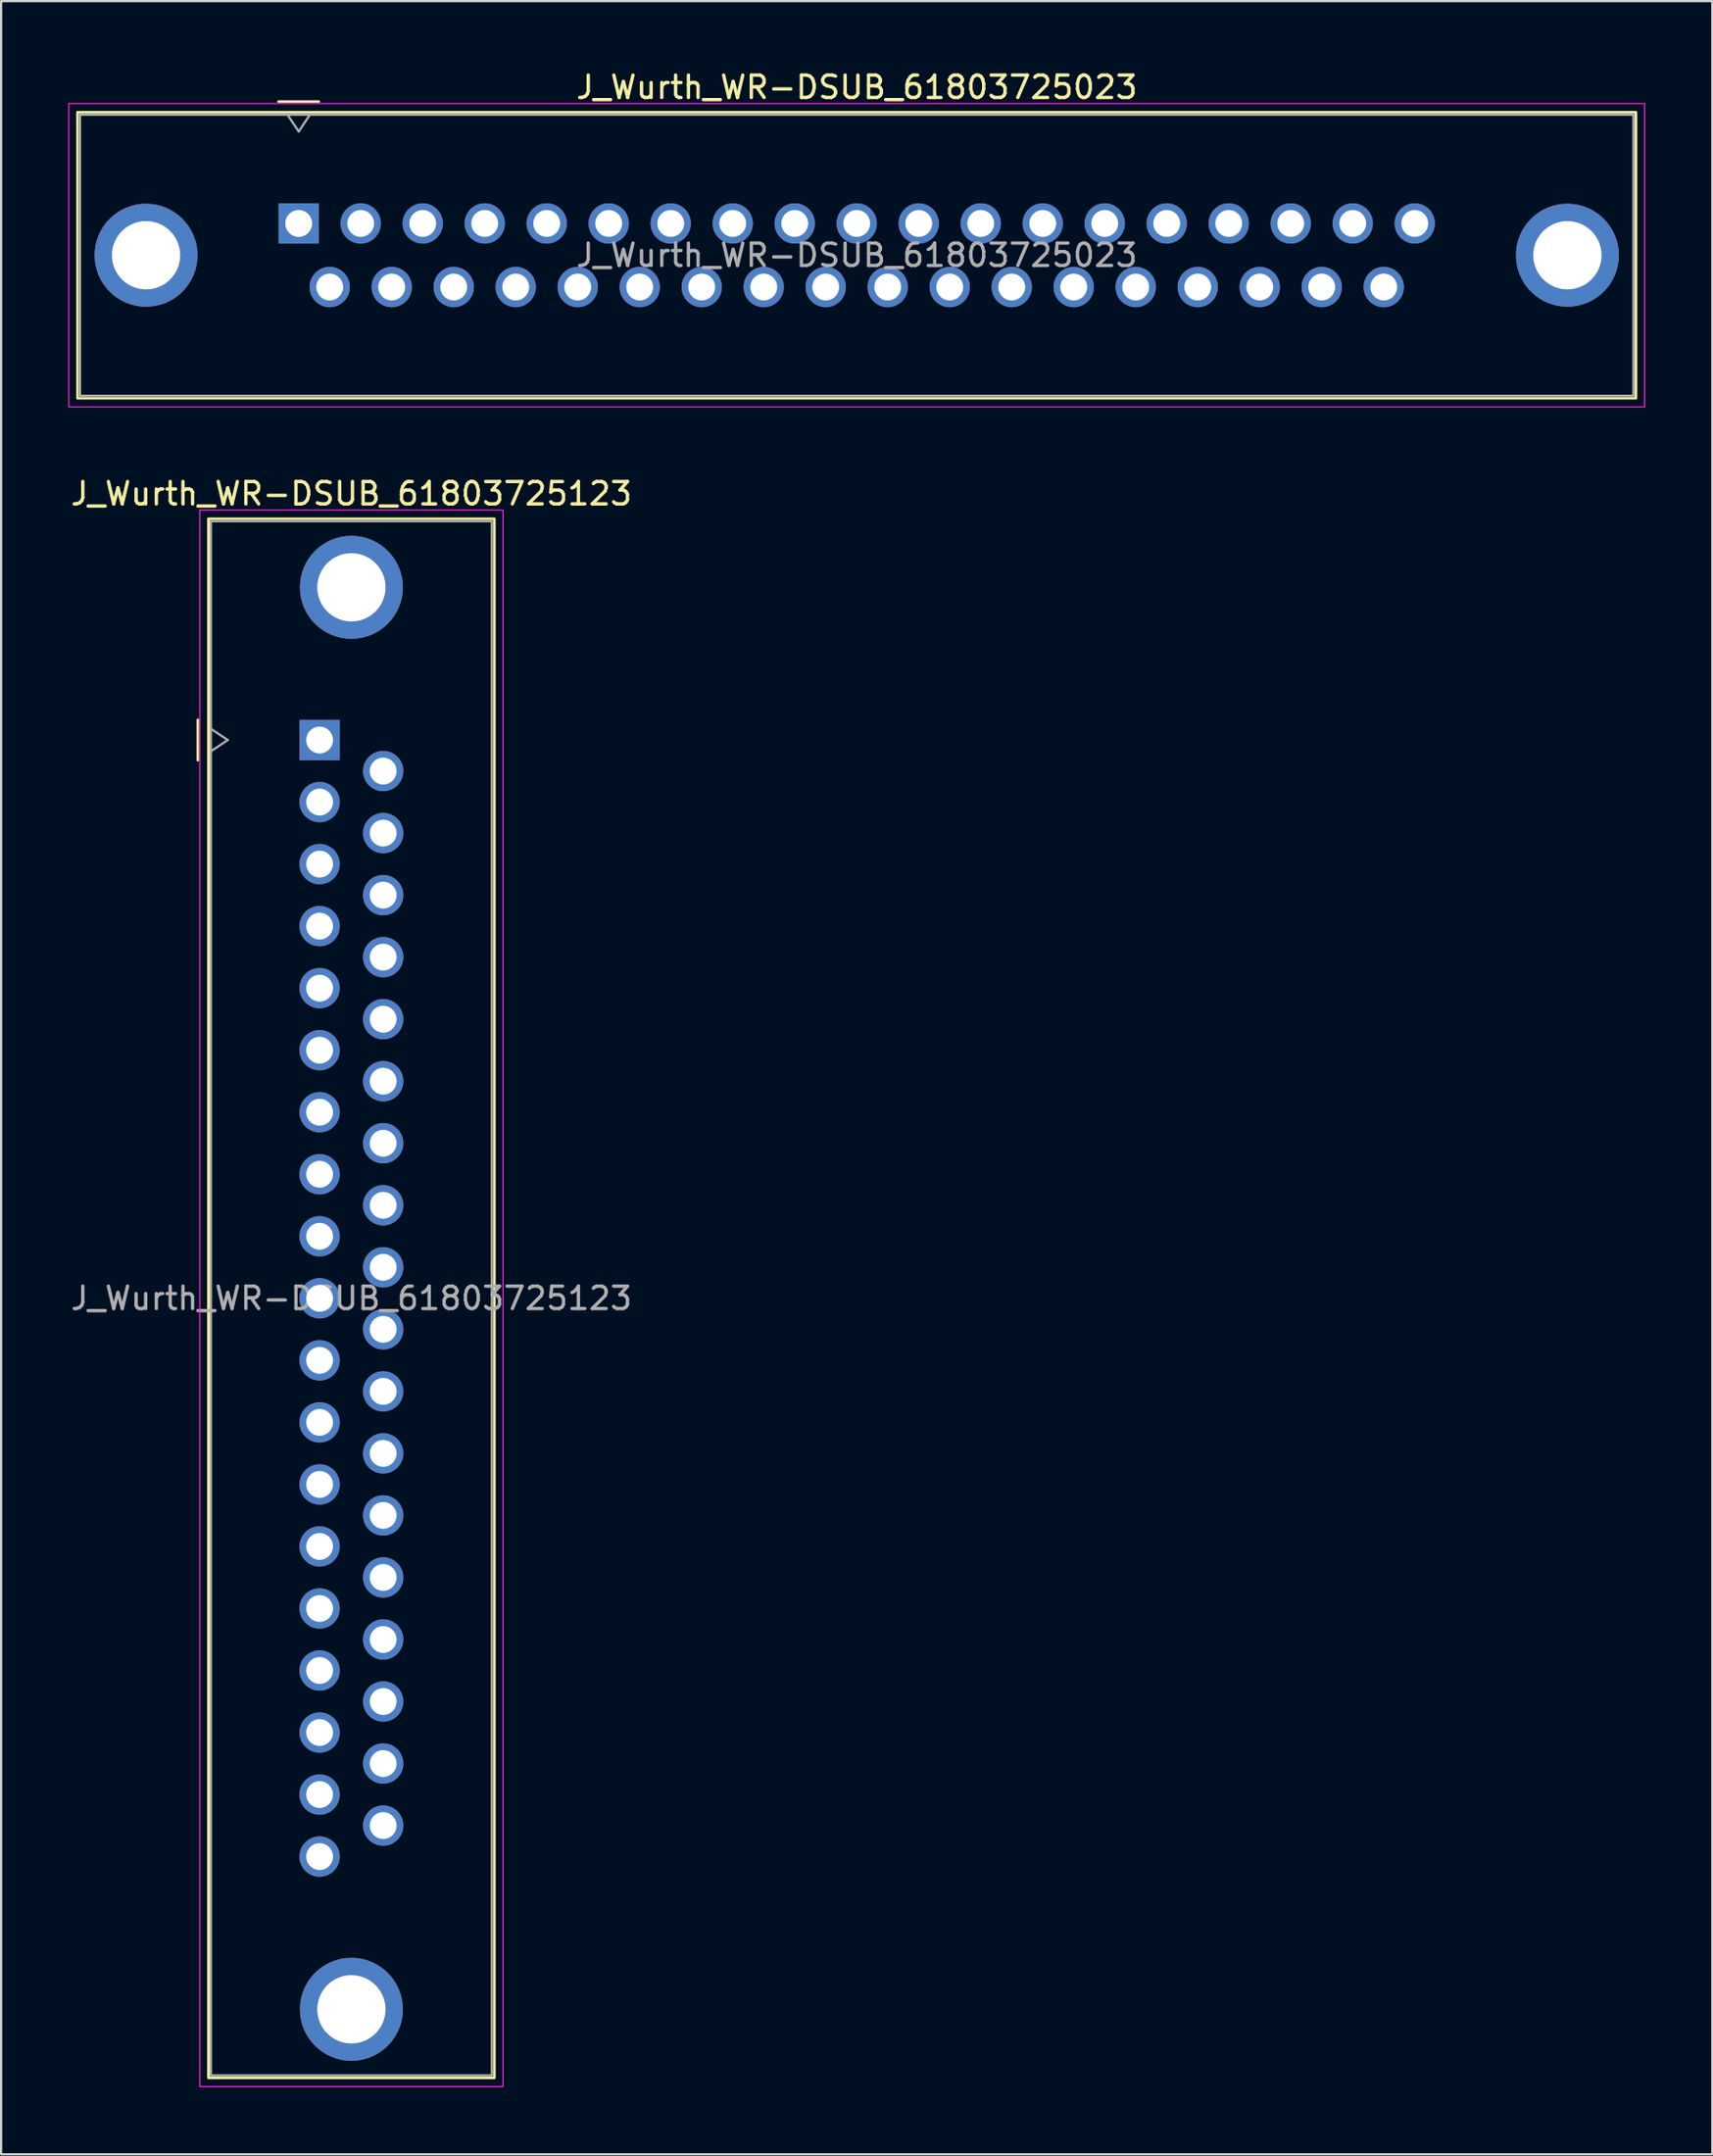
<source format=kicad_pcb>
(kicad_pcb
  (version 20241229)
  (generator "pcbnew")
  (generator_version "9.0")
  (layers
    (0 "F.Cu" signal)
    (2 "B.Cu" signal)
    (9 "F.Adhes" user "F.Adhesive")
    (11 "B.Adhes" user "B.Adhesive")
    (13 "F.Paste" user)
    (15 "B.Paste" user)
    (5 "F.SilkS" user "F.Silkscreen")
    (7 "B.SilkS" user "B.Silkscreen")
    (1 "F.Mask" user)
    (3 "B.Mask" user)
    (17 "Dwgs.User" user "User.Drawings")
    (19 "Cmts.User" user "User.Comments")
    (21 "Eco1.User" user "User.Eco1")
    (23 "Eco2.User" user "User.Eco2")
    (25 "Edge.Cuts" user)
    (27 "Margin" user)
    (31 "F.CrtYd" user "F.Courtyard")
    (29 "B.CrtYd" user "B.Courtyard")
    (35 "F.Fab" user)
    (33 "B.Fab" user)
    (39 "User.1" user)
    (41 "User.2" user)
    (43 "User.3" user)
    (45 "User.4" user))
  (footprint "J_Wurth_WR-DSUB_61803725123"
    (layer "F.Cu")
    (at 11.229 29.997)
    (property "Reference" "J_Wurth_WR-DSUB_61803725123" (at 1.42 -11 0) (unlocked yes) (layer "F.SilkS") (effects (font (size 1 1) (thickness 0.15))))
    (attr through_hole)
    (fp_line (start -5.44 0.9) (end -5.44 -0.9) (stroke (width 0.12) (type solid)) (layer "F.SilkS"))
    (fp_rect (start -4.965 -9.88) (end 7.805 59.74) (stroke (width 0.12) (type solid)) (fill no) (layer "F.SilkS"))
    (fp_rect (start -5.355 -10.27) (end 8.195 60.13) (stroke (width 0.05) (type solid)) (fill no) (layer "F.CrtYd"))
    (fp_line (start -4.105 0) (end -4.855 -0.5) (stroke (width 0.1) (type solid)) (layer "F.Fab"))
    (fp_line (start -4.105 0) (end -4.855 0.5) (stroke (width 0.1) (type solid)) (layer "F.Fab"))
    (fp_rect (start -4.855 -9.77) (end 7.695 59.63) (stroke (width 0.1) (type solid)) (fill no) (layer "F.Fab"))
    (fp_text user "${REFERENCE}" (at 1.42 24.93 0) (unlocked yes) (layer "F.Fab") (effects (font (size 1 1) (thickness 0.15))))
    (pad "1" thru_hole rect (at 0 0 90) (size 1.8 1.8) (drill 1.2) (layers "*.Cu" "*.Mask"))
    (pad "2" thru_hole circle (at 0 2.77 90) (size 1.8 1.8) (drill 1.2) (layers "*.Cu" "*.Mask"))
    (pad "3" thru_hole circle (at 0 5.54 90) (size 1.8 1.8) (drill 1.2) (layers "*.Cu" "*.Mask"))
    (pad "4" thru_hole circle (at 0 8.31 90) (size 1.8 1.8) (drill 1.2) (layers "*.Cu" "*.Mask"))
    (pad "5" thru_hole circle (at 0 11.08 90) (size 1.8 1.8) (drill 1.2) (layers "*.Cu" "*.Mask"))
    (pad "6" thru_hole circle (at 0 13.85 90) (size 1.8 1.8) (drill 1.2) (layers "*.Cu" "*.Mask"))
    (pad "7" thru_hole circle (at 0 16.62 90) (size 1.8 1.8) (drill 1.2) (layers "*.Cu" "*.Mask"))
    (pad "8" thru_hole circle (at 0 19.39 90) (size 1.8 1.8) (drill 1.2) (layers "*.Cu" "*.Mask"))
    (pad "9" thru_hole circle (at 0 22.16 90) (size 1.8 1.8) (drill 1.2) (layers "*.Cu" "*.Mask"))
    (pad "10" thru_hole circle (at 0 24.93 90) (size 1.8 1.8) (drill 1.2) (layers "*.Cu" "*.Mask"))
    (pad "11" thru_hole circle (at 0 27.7 90) (size 1.8 1.8) (drill 1.2) (layers "*.Cu" "*.Mask"))
    (pad "12" thru_hole circle (at 0 30.47 90) (size 1.8 1.8) (drill 1.2) (layers "*.Cu" "*.Mask"))
    (pad "13" thru_hole circle (at 0 33.24 90) (size 1.8 1.8) (drill 1.2) (layers "*.Cu" "*.Mask"))
    (pad "14" thru_hole circle (at 0 36.01 90) (size 1.8 1.8) (drill 1.2) (layers "*.Cu" "*.Mask"))
    (pad "15" thru_hole circle (at 0 38.78 90) (size 1.8 1.8) (drill 1.2) (layers "*.Cu" "*.Mask"))
    (pad "16" thru_hole circle (at 0 41.55 90) (size 1.8 1.8) (drill 1.2) (layers "*.Cu" "*.Mask"))
    (pad "17" thru_hole circle (at 0 44.32 90) (size 1.8 1.8) (drill 1.2) (layers "*.Cu" "*.Mask"))
    (pad "18" thru_hole circle (at 0 47.09 90) (size 1.8 1.8) (drill 1.2) (layers "*.Cu" "*.Mask"))
    (pad "19" thru_hole circle (at 0 49.86 90) (size 1.8 1.8) (drill 1.2) (layers "*.Cu" "*.Mask"))
    (pad "20" thru_hole circle (at 2.84 1.385 90) (size 1.8 1.8) (drill 1.2) (layers "*.Cu" "*.Mask"))
    (pad "21" thru_hole circle (at 2.84 4.155 90) (size 1.8 1.8) (drill 1.2) (layers "*.Cu" "*.Mask"))
    (pad "22" thru_hole circle (at 2.84 6.925 90) (size 1.8 1.8) (drill 1.2) (layers "*.Cu" "*.Mask"))
    (pad "23" thru_hole circle (at 2.84 9.695 90) (size 1.8 1.8) (drill 1.2) (layers "*.Cu" "*.Mask"))
    (pad "24" thru_hole circle (at 2.84 12.465 90) (size 1.8 1.8) (drill 1.2) (layers "*.Cu" "*.Mask"))
    (pad "25" thru_hole circle (at 2.84 15.235 90) (size 1.8 1.8) (drill 1.2) (layers "*.Cu" "*.Mask"))
    (pad "26" thru_hole circle (at 2.84 18.005 90) (size 1.8 1.8) (drill 1.2) (layers "*.Cu" "*.Mask"))
    (pad "27" thru_hole circle (at 2.84 20.775 90) (size 1.8 1.8) (drill 1.2) (layers "*.Cu" "*.Mask"))
    (pad "28" thru_hole circle (at 2.84 23.545 90) (size 1.8 1.8) (drill 1.2) (layers "*.Cu" "*.Mask"))
    (pad "29" thru_hole circle (at 2.84 26.315 90) (size 1.8 1.8) (drill 1.2) (layers "*.Cu" "*.Mask"))
    (pad "30" thru_hole circle (at 2.84 29.085 90) (size 1.8 1.8) (drill 1.2) (layers "*.Cu" "*.Mask"))
    (pad "31" thru_hole circle (at 2.84 31.855 90) (size 1.8 1.8) (drill 1.2) (layers "*.Cu" "*.Mask"))
    (pad "32" thru_hole circle (at 2.84 34.625 90) (size 1.8 1.8) (drill 1.2) (layers "*.Cu" "*.Mask"))
    (pad "33" thru_hole circle (at 2.84 37.395 90) (size 1.8 1.8) (drill 1.2) (layers "*.Cu" "*.Mask"))
    (pad "34" thru_hole circle (at 2.84 40.165 90) (size 1.8 1.8) (drill 1.2) (layers "*.Cu" "*.Mask"))
    (pad "35" thru_hole circle (at 2.84 42.935 90) (size 1.8 1.8) (drill 1.2) (layers "*.Cu" "*.Mask"))
    (pad "36" thru_hole circle (at 2.84 45.705 90) (size 1.8 1.8) (drill 1.2) (layers "*.Cu" "*.Mask"))
    (pad "37" thru_hole circle (at 2.84 48.475 90) (size 1.8 1.8) (drill 1.2) (layers "*.Cu" "*.Mask"))
    (pad "S1" thru_hole circle (at 1.42 56.68 90) (size 4.6 4.6) (drill 3.05) (layers "*.Cu" "*.Mask"))
    (pad "S2" thru_hole circle (at 1.42 -6.82 90) (size 4.6 4.6) (drill 3.05) (layers "*.Cu" "*.Mask")))
  (footprint "J_Wurth_WR-DSUB_61803725023"
    (layer "F.Cu")
    (at 10.295 6.928)
    (property "Reference" "J_Wurth_WR-DSUB_61803725023" (at 24.935 -6.08 0) (unlocked yes) (layer "F.SilkS") (effects (font (size 1 1) (thickness 0.15))))
    (attr through_hole)
    (fp_line (start 0.9 -5.44) (end -0.9 -5.44) (stroke (width 0.12) (type solid)) (layer "F.SilkS"))
    (fp_rect (start -9.88 -4.965) (end 59.74 7.805) (stroke (width 0.12) (type solid)) (fill no) (layer "F.SilkS"))
    (fp_rect (start -10.27 -5.355) (end 60.13 8.195) (stroke (width 0.05) (type solid)) (fill no) (layer "F.CrtYd"))
    (fp_line (start 0 -4.105) (end -0.5 -4.855) (stroke (width 0.1) (type solid)) (layer "F.Fab"))
    (fp_line (start 0 -4.105) (end 0.5 -4.855) (stroke (width 0.1) (type solid)) (layer "F.Fab"))
    (fp_rect (start -9.77 -4.855) (end 59.63 7.695) (stroke (width 0.1) (type solid)) (fill no) (layer "F.Fab"))
    (fp_text user "${REFERENCE}" (at 24.935 1.42 0) (unlocked yes) (layer "F.Fab") (effects (font (size 1 1) (thickness 0.15))))
    (pad "1" thru_hole rect (at 0 0) (size 1.8 1.8) (drill 1.2) (layers "*.Cu" "*.Mask"))
    (pad "2" thru_hole circle (at 2.77 0) (size 1.8 1.8) (drill 1.2) (layers "*.Cu" "*.Mask"))
    (pad "3" thru_hole circle (at 5.54 0) (size 1.8 1.8) (drill 1.2) (layers "*.Cu" "*.Mask"))
    (pad "4" thru_hole circle (at 8.31 0) (size 1.8 1.8) (drill 1.2) (layers "*.Cu" "*.Mask"))
    (pad "5" thru_hole circle (at 11.08 0) (size 1.8 1.8) (drill 1.2) (layers "*.Cu" "*.Mask"))
    (pad "6" thru_hole circle (at 13.85 0) (size 1.8 1.8) (drill 1.2) (layers "*.Cu" "*.Mask"))
    (pad "7" thru_hole circle (at 16.62 0) (size 1.8 1.8) (drill 1.2) (layers "*.Cu" "*.Mask"))
    (pad "8" thru_hole circle (at 19.39 0) (size 1.8 1.8) (drill 1.2) (layers "*.Cu" "*.Mask"))
    (pad "9" thru_hole circle (at 22.16 0) (size 1.8 1.8) (drill 1.2) (layers "*.Cu" "*.Mask"))
    (pad "10" thru_hole circle (at 24.93 0) (size 1.8 1.8) (drill 1.2) (layers "*.Cu" "*.Mask"))
    (pad "11" thru_hole circle (at 27.7 0) (size 1.8 1.8) (drill 1.2) (layers "*.Cu" "*.Mask"))
    (pad "12" thru_hole circle (at 30.47 0) (size 1.8 1.8) (drill 1.2) (layers "*.Cu" "*.Mask"))
    (pad "13" thru_hole circle (at 33.24 0) (size 1.8 1.8) (drill 1.2) (layers "*.Cu" "*.Mask"))
    (pad "14" thru_hole circle (at 36.01 0) (size 1.8 1.8) (drill 1.2) (layers "*.Cu" "*.Mask"))
    (pad "15" thru_hole circle (at 38.78 0) (size 1.8 1.8) (drill 1.2) (layers "*.Cu" "*.Mask"))
    (pad "16" thru_hole circle (at 41.55 0) (size 1.8 1.8) (drill 1.2) (layers "*.Cu" "*.Mask"))
    (pad "17" thru_hole circle (at 44.32 0) (size 1.8 1.8) (drill 1.2) (layers "*.Cu" "*.Mask"))
    (pad "18" thru_hole circle (at 47.09 0) (size 1.8 1.8) (drill 1.2) (layers "*.Cu" "*.Mask"))
    (pad "19" thru_hole circle (at 49.86 0) (size 1.8 1.8) (drill 1.2) (layers "*.Cu" "*.Mask"))
    (pad "20" thru_hole circle (at 1.385 2.84) (size 1.8 1.8) (drill 1.2) (layers "*.Cu" "*.Mask"))
    (pad "21" thru_hole circle (at 4.155 2.84) (size 1.8 1.8) (drill 1.2) (layers "*.Cu" "*.Mask"))
    (pad "22" thru_hole circle (at 6.925 2.84) (size 1.8 1.8) (drill 1.2) (layers "*.Cu" "*.Mask"))
    (pad "23" thru_hole circle (at 9.695 2.84) (size 1.8 1.8) (drill 1.2) (layers "*.Cu" "*.Mask"))
    (pad "24" thru_hole circle (at 12.465 2.84) (size 1.8 1.8) (drill 1.2) (layers "*.Cu" "*.Mask"))
    (pad "25" thru_hole circle (at 15.235 2.84) (size 1.8 1.8) (drill 1.2) (layers "*.Cu" "*.Mask"))
    (pad "26" thru_hole circle (at 18.005 2.84) (size 1.8 1.8) (drill 1.2) (layers "*.Cu" "*.Mask"))
    (pad "27" thru_hole circle (at 20.775 2.84) (size 1.8 1.8) (drill 1.2) (layers "*.Cu" "*.Mask"))
    (pad "28" thru_hole circle (at 23.545 2.84) (size 1.8 1.8) (drill 1.2) (layers "*.Cu" "*.Mask"))
    (pad "29" thru_hole circle (at 26.315 2.84) (size 1.8 1.8) (drill 1.2) (layers "*.Cu" "*.Mask"))
    (pad "30" thru_hole circle (at 29.085 2.84) (size 1.8 1.8) (drill 1.2) (layers "*.Cu" "*.Mask"))
    (pad "31" thru_hole circle (at 31.855 2.84) (size 1.8 1.8) (drill 1.2) (layers "*.Cu" "*.Mask"))
    (pad "32" thru_hole circle (at 34.625 2.84) (size 1.8 1.8) (drill 1.2) (layers "*.Cu" "*.Mask"))
    (pad "33" thru_hole circle (at 37.395 2.84) (size 1.8 1.8) (drill 1.2) (layers "*.Cu" "*.Mask"))
    (pad "34" thru_hole circle (at 40.165 2.84) (size 1.8 1.8) (drill 1.2) (layers "*.Cu" "*.Mask"))
    (pad "35" thru_hole circle (at 42.935 2.84) (size 1.8 1.8) (drill 1.2) (layers "*.Cu" "*.Mask"))
    (pad "36" thru_hole circle (at 45.705 2.84) (size 1.8 1.8) (drill 1.2) (layers "*.Cu" "*.Mask"))
    (pad "37" thru_hole circle (at 48.475 2.84) (size 1.8 1.8) (drill 1.2) (layers "*.Cu" "*.Mask"))
    (pad "S1" thru_hole circle (at -6.82 1.42) (size 4.6 4.6) (drill 3.05) (layers "*.Cu" "*.Mask"))
    (pad "S2" thru_hole circle (at 56.68 1.42) (size 4.6 4.6) (drill 3.05) (layers "*.Cu" "*.Mask")))
  (gr_rect
    (start -3 -3)
    (end 73.45 93.151)
    (stroke (width 0.1) (type default))
    (fill no)
    (layer "Edge.Cuts")))
</source>
